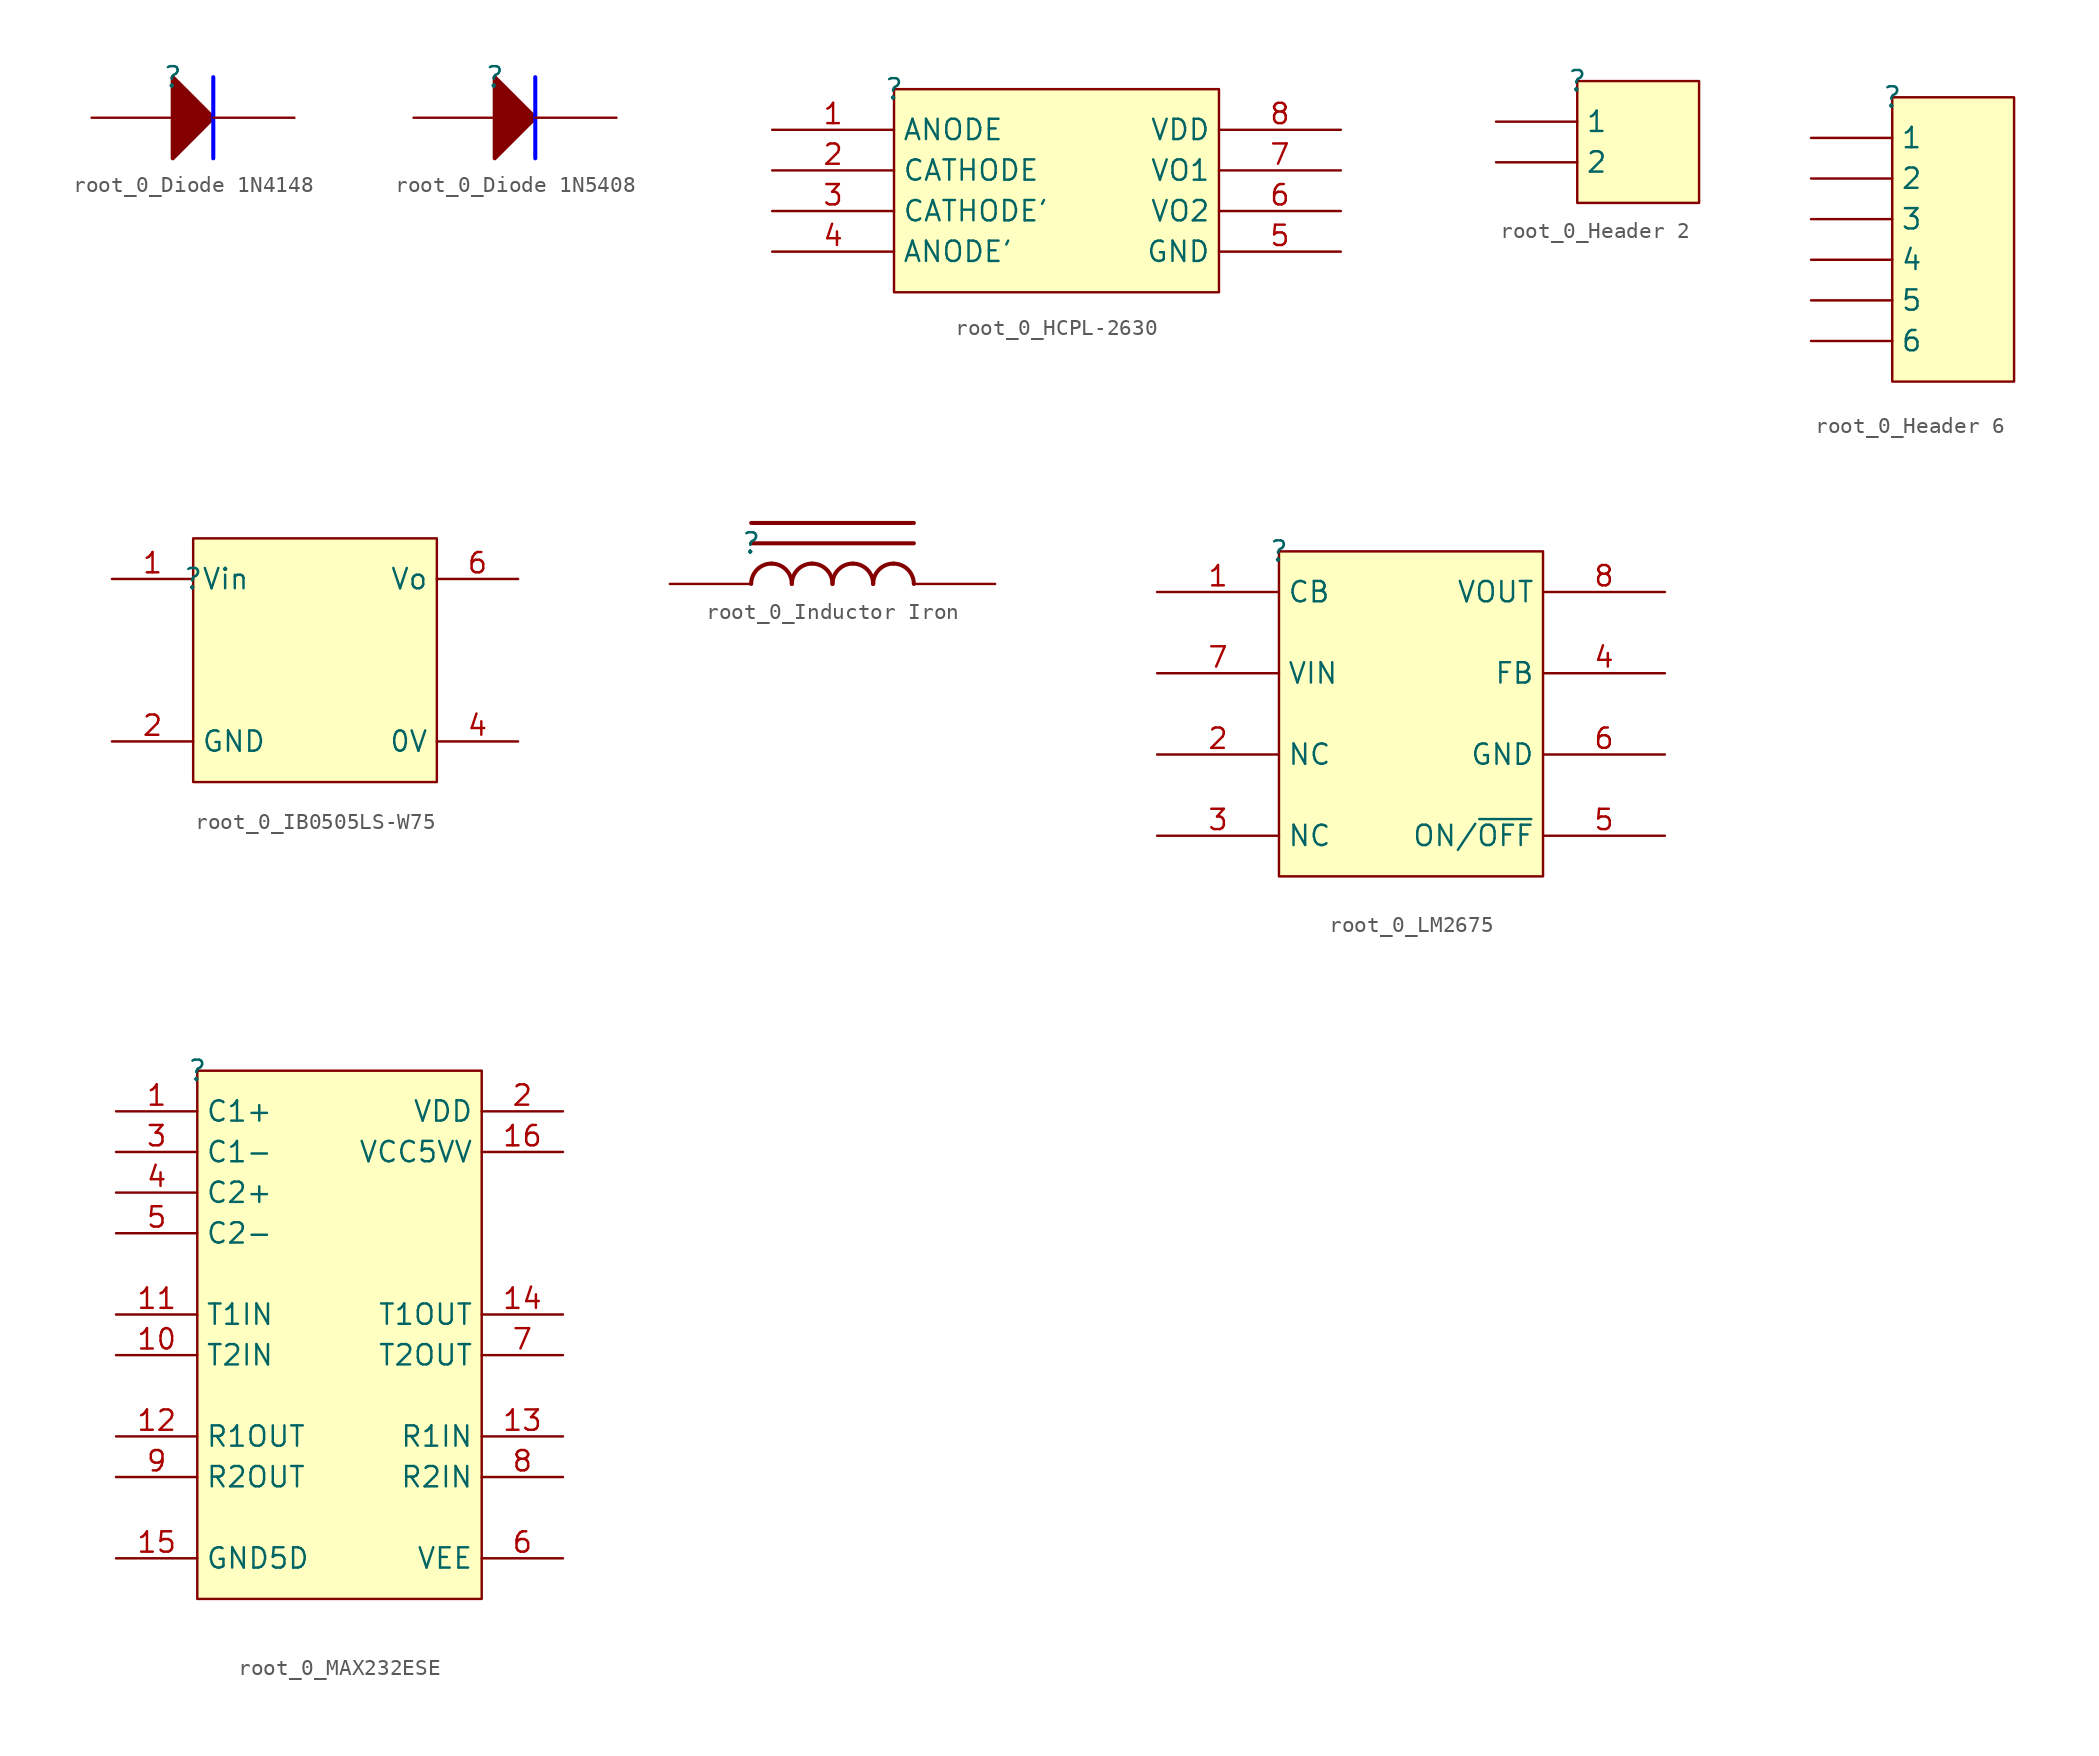
<source format=kicad_sym>
(kicad_symbol_lib
  (version 20220914)
  (generator kicad_symbol_editor)
  (symbol "root_0_Diode 1N4148"
    (property "Reference" ""
      (at 0 0 0)
      (effects (font (size 1.27 1.27))))
    (property "Value" ""
      (at 0 0 0)
      (effects (font (size 1.27 1.27))))
    (symbol "root_0_Diode 1N4148_1_0"
      (polyline (pts (xy 2.54 0) (xy 2.54 -5.08)) (stroke (width 0.254) (type solid) (color 0 0 255 1)) (fill (type none)))
      (polyline (pts (xy 0 -5.08) (xy 2.54 -2.54) (xy 0 0) (xy 0 -5.08)) (stroke (width 0.254) (type solid)) (fill (type outline)))
      (pin passive line (at -5.08 -2.54 0) (length 5.08) (name "A" (effects (font (size 0 0)))) (number "1" (effects (font (size 0 0)))))
      (pin passive line (at 7.62 -2.54 180) (length 5.08) (name "K" (effects (font (size 0 0)))) (number "2" (effects (font (size 0 0)))))))
  (symbol "root_0_Diode 1N5408"
    (property "Reference" ""
      (at 0 0 0)
      (effects (font (size 1.27 1.27))))
    (property "Value" ""
      (at 0 0 0)
      (effects (font (size 1.27 1.27))))
    (symbol "root_0_Diode 1N5408_1_0"
      (polyline (pts (xy 2.54 0) (xy 2.54 -5.08)) (stroke (width 0.254) (type solid) (color 0 0 255 1)) (fill (type none)))
      (polyline (pts (xy 0 -5.08) (xy 2.54 -2.54) (xy 0 0) (xy 0 -5.08)) (stroke (width 0.254) (type solid)) (fill (type outline)))
      (pin passive line (at -5.08 -2.54 0) (length 5.08) (name "1" (effects (font (size 0 0)))) (number "1" (effects (font (size 0 0)))))
      (pin passive line (at 7.62 -2.54 180) (length 5.08) (name "2" (effects (font (size 0 0)))) (number "2" (effects (font (size 0 0)))))))
  (symbol "root_0_HCPL-2630"
    (property "Reference" ""
      (at 0 0 0)
      (effects (font (size 1.27 1.27))))
    (property "Value" ""
      (at 0 0 0)
      (effects (font (size 1.27 1.27))))
    (symbol "root_0_HCPL-2630_1_0"
      (rectangle (start 20.32 0) (end 0 -12.7) (stroke (width 0) (type solid)) (fill (type background)))
      (pin passive line (at -7.62 -2.54 0) (length 7.62) (name "ANODE" (effects (font (size 1.27 1.27)))) (number "1" (effects (font (size 1.27 1.27)))))
      (pin passive line (at -7.62 -5.08 0) (length 7.62) (name "CATHODE" (effects (font (size 1.27 1.27)))) (number "2" (effects (font (size 1.27 1.27)))))
      (pin passive line (at -7.62 -7.62 0) (length 7.62) (name "CATHODE'" (effects (font (size 1.27 1.27)))) (number "3" (effects (font (size 1.27 1.27)))))
      (pin passive line (at -7.62 -10.16 0) (length 7.62) (name "ANODE'" (effects (font (size 1.27 1.27)))) (number "4" (effects (font (size 1.27 1.27)))))
      (pin passive line (at 27.94 -10.16 180) (length 7.62) (name "GND" (effects (font (size 1.27 1.27)))) (number "5" (effects (font (size 1.27 1.27)))))
      (pin passive line (at 27.94 -7.62 180) (length 7.62) (name "VO2" (effects (font (size 1.27 1.27)))) (number "6" (effects (font (size 1.27 1.27)))))
      (pin passive line (at 27.94 -5.08 180) (length 7.62) (name "VO1" (effects (font (size 1.27 1.27)))) (number "7" (effects (font (size 1.27 1.27)))))
      (pin passive line (at 27.94 -2.54 180) (length 7.62) (name "VDD" (effects (font (size 1.27 1.27)))) (number "8" (effects (font (size 1.27 1.27)))))))
  (symbol "root_0_Header 2"
    (property "Reference" ""
      (at 0 0 0)
      (effects (font (size 1.27 1.27))))
    (property "Value" ""
      (at 0 0 0)
      (effects (font (size 1.27 1.27))))
    (symbol "root_0_Header 2_1_0"
      (rectangle (start 7.62 0) (end 0 -7.62) (stroke (width 0) (type solid)) (fill (type background)))
      (pin passive line (at -5.08 -2.54 0) (length 5.08) (name "1" (effects (font (size 1.27 1.27)))) (number "1" (effects (font (size 0 0)))))
      (pin passive line (at -5.08 -5.08 0) (length 5.08) (name "2" (effects (font (size 1.27 1.27)))) (number "2" (effects (font (size 0 0)))))))
  (symbol "root_0_Header 6"
    (property "Reference" ""
      (at 0 0 0)
      (effects (font (size 1.27 1.27))))
    (property "Value" ""
      (at 0 0 0)
      (effects (font (size 1.27 1.27))))
    (symbol "root_0_Header 6_1_0"
      (rectangle (start 7.62 0) (end 0 -17.78) (stroke (width 0) (type solid)) (fill (type background)))
      (pin passive line (at -5.08 -2.54 0) (length 5.08) (name "1" (effects (font (size 1.27 1.27)))) (number "1" (effects (font (size 0 0)))))
      (pin passive line (at -5.08 -5.08 0) (length 5.08) (name "2" (effects (font (size 1.27 1.27)))) (number "2" (effects (font (size 0 0)))))
      (pin passive line (at -5.08 -7.62 0) (length 5.08) (name "3" (effects (font (size 1.27 1.27)))) (number "3" (effects (font (size 0 0)))))
      (pin passive line (at -5.08 -10.16 0) (length 5.08) (name "4" (effects (font (size 1.27 1.27)))) (number "4" (effects (font (size 0 0)))))
      (pin passive line (at -5.08 -12.7 0) (length 5.08) (name "5" (effects (font (size 1.27 1.27)))) (number "5" (effects (font (size 0 0)))))
      (pin passive line (at -5.08 -15.24 0) (length 5.08) (name "6" (effects (font (size 1.27 1.27)))) (number "6" (effects (font (size 0 0)))))))
  (symbol "root_0_IB0505LS-W75"
    (property "Reference" ""
      (at 0 0 0)
      (effects (font (size 1.27 1.27))))
    (property "Value" ""
      (at 0 0 0)
      (effects (font (size 1.27 1.27))))
    (symbol "root_0_IB0505LS-W75_1_0"
      (rectangle (start 15.24 2.54) (end 0 -12.7) (stroke (width 0) (type solid)) (fill (type background)))
      (pin passive line (at -5.08 0 0) (length 5.08) (name "Vin" (effects (font (size 1.27 1.27)))) (number "1" (effects (font (size 1.27 1.27)))))
      (pin passive line (at -5.08 -10.16 0) (length 5.08) (name "GND" (effects (font (size 1.27 1.27)))) (number "2" (effects (font (size 1.27 1.27)))))
      (pin passive line (at 20.32 -10.16 180) (length 5.08) (name "0V" (effects (font (size 1.27 1.27)))) (number "4" (effects (font (size 1.27 1.27)))))
      (pin passive line (at 20.32 0 180) (length 5.08) (name "Vo" (effects (font (size 1.27 1.27)))) (number "6" (effects (font (size 1.27 1.27)))))))
  (symbol "root_0_Inductor Iron"
    (property "Reference" ""
      (at 0 0 0)
      (effects (font (size 1.27 1.27))))
    (property "Value" ""
      (at 0 0 0)
      (effects (font (size 1.27 1.27))))
    (symbol "root_0_Inductor Iron_1_0"
      (polyline (pts (xy 0 0) (xy 10.16 0)) (stroke (width 0.254) (type solid)) (fill (type none)))
      (polyline (pts (xy 10.16 1.27) (xy 0 1.27)) (stroke (width 0.254) (type solid)) (fill (type none)))
      (arc (start 1.27 -1.27) (mid 0.372 -1.642) (end 0 -2.54) (stroke (width 0.254) (type solid)) (fill (type none)))
      (arc (start 2.54 -2.54) (mid 2.168 -1.642) (end 1.27 -1.27) (stroke (width 0.254) (type solid)) (fill (type none)))
      (arc (start 3.81 -1.27) (mid 2.912 -1.642) (end 2.54 -2.54) (stroke (width 0.254) (type solid)) (fill (type none)))
      (arc (start 5.08 -2.54) (mid 4.708 -1.642) (end 3.81 -1.27) (stroke (width 0.254) (type solid)) (fill (type none)))
      (arc (start 6.35 -1.27) (mid 5.452 -1.642) (end 5.08 -2.54) (stroke (width 0.254) (type solid)) (fill (type none)))
      (arc (start 7.62 -2.54) (mid 7.248 -1.642) (end 6.35 -1.27) (stroke (width 0.254) (type solid)) (fill (type none)))
      (arc (start 8.89 -1.27) (mid 7.992 -1.642) (end 7.62 -2.54) (stroke (width 0.254) (type solid)) (fill (type none)))
      (arc (start 10.16 -2.54) (mid 9.788 -1.642) (end 8.89 -1.27) (stroke (width 0.254) (type solid)) (fill (type none)))
      (pin passive line (at -5.08 -2.54 0) (length 5.08) (name "1" (effects (font (size 0 0)))) (number "1" (effects (font (size 0 0)))))
      (pin passive line (at 15.24 -2.54 180) (length 5.08) (name "2" (effects (font (size 0 0)))) (number "2" (effects (font (size 0 0)))))))
  (symbol "root_0_LM2675"
    (property "Reference" ""
      (at 0 0 0)
      (effects (font (size 1.27 1.27))))
    (property "Value" ""
      (at 0 0 0)
      (effects (font (size 1.27 1.27))))
    (symbol "root_0_LM2675_1_0"
      (rectangle (start 16.51 0) (end 0 -20.32) (stroke (width 0) (type solid)) (fill (type background)))
      (pin passive line (at -7.62 -2.54 0) (length 7.62) (name "CB" (effects (font (size 1.27 1.27)))) (number "1" (effects (font (size 1.27 1.27)))))
      (pin passive line (at -7.62 -12.7 0) (length 7.62) (name "NC" (effects (font (size 1.27 1.27)))) (number "2" (effects (font (size 1.27 1.27)))))
      (pin passive line (at -7.62 -17.78 0) (length 7.62) (name "NC" (effects (font (size 1.27 1.27)))) (number "3" (effects (font (size 1.27 1.27)))))
      (pin passive line (at 24.13 -7.62 180) (length 7.62) (name "FB" (effects (font (size 1.27 1.27)))) (number "4" (effects (font (size 1.27 1.27)))))
      (pin passive line (at 24.13 -17.78 180) (length 7.62) (name "ON/~{OFF}" (effects (font (size 1.27 1.27)))) (number "5" (effects (font (size 1.27 1.27)))))
      (pin passive line (at 24.13 -12.7 180) (length 7.62) (name "GND" (effects (font (size 1.27 1.27)))) (number "6" (effects (font (size 1.27 1.27)))))
      (pin passive line (at -7.62 -7.62 0) (length 7.62) (name "VIN" (effects (font (size 1.27 1.27)))) (number "7" (effects (font (size 1.27 1.27)))))
      (pin passive line (at 24.13 -2.54 180) (length 7.62) (name "VOUT" (effects (font (size 1.27 1.27)))) (number "8" (effects (font (size 1.27 1.27)))))))
  (symbol "root_0_MAX232ESE"
    (property "Reference" ""
      (at 0 0 0)
      (effects (font (size 1.27 1.27))))
    (property "Value" ""
      (at 0 0 0)
      (effects (font (size 1.27 1.27))))
    (symbol "root_0_MAX232ESE_1_0"
      (rectangle (start 17.78 0) (end 0 -33.02) (stroke (width 0) (type solid)) (fill (type background)))
      (pin output line (at -5.08 -2.54 0) (length 5.08) (name "C1+" (effects (font (size 1.27 1.27)))) (number "1" (effects (font (size 1.27 1.27)))))
      (pin passive line (at -5.08 -17.78 0) (length 5.08) (name "T2IN" (effects (font (size 1.27 1.27)))) (number "10" (effects (font (size 1.27 1.27)))))
      (pin input line (at -5.08 -15.24 0) (length 5.08) (name "T1IN" (effects (font (size 1.27 1.27)))) (number "11" (effects (font (size 1.27 1.27)))))
      (pin output line (at -5.08 -22.86 0) (length 5.08) (name "R1OUT" (effects (font (size 1.27 1.27)))) (number "12" (effects (font (size 1.27 1.27)))))
      (pin input line (at 22.86 -22.86 180) (length 5.08) (name "R1IN" (effects (font (size 1.27 1.27)))) (number "13" (effects (font (size 1.27 1.27)))))
      (pin output line (at 22.86 -15.24 180) (length 5.08) (name "T1OUT" (effects (font (size 1.27 1.27)))) (number "14" (effects (font (size 1.27 1.27)))))
      (pin power_in line (at -5.08 -30.48 0) (length 5.08) (name "GND5D" (effects (font (size 1.27 1.27)))) (number "15" (effects (font (size 1.27 1.27)))))
      (pin power_in line (at 22.86 -5.08 180) (length 5.08) (name "VCC5VV" (effects (font (size 1.27 1.27)))) (number "16" (effects (font (size 1.27 1.27)))))
      (pin input line (at 22.86 -2.54 180) (length 5.08) (name "VDD" (effects (font (size 1.27 1.27)))) (number "2" (effects (font (size 1.27 1.27)))))
      (pin input line (at -5.08 -5.08 0) (length 5.08) (name "C1-" (effects (font (size 1.27 1.27)))) (number "3" (effects (font (size 1.27 1.27)))))
      (pin output line (at -5.08 -7.62 0) (length 5.08) (name "C2+" (effects (font (size 1.27 1.27)))) (number "4" (effects (font (size 1.27 1.27)))))
      (pin input line (at -5.08 -10.16 0) (length 5.08) (name "C2-" (effects (font (size 1.27 1.27)))) (number "5" (effects (font (size 1.27 1.27)))))
      (pin output line (at 22.86 -30.48 180) (length 5.08) (name "VEE" (effects (font (size 1.27 1.27)))) (number "6" (effects (font (size 1.27 1.27)))))
      (pin passive line (at 22.86 -17.78 180) (length 5.08) (name "T2OUT" (effects (font (size 1.27 1.27)))) (number "7" (effects (font (size 1.27 1.27)))))
      (pin passive line (at 22.86 -25.4 180) (length 5.08) (name "R2IN" (effects (font (size 1.27 1.27)))) (number "8" (effects (font (size 1.27 1.27)))))
      (pin passive line (at -5.08 -25.4 0) (length 5.08) (name "R2OUT" (effects (font (size 1.27 1.27)))) (number "9" (effects (font (size 1.27 1.27))))))))
</source>
